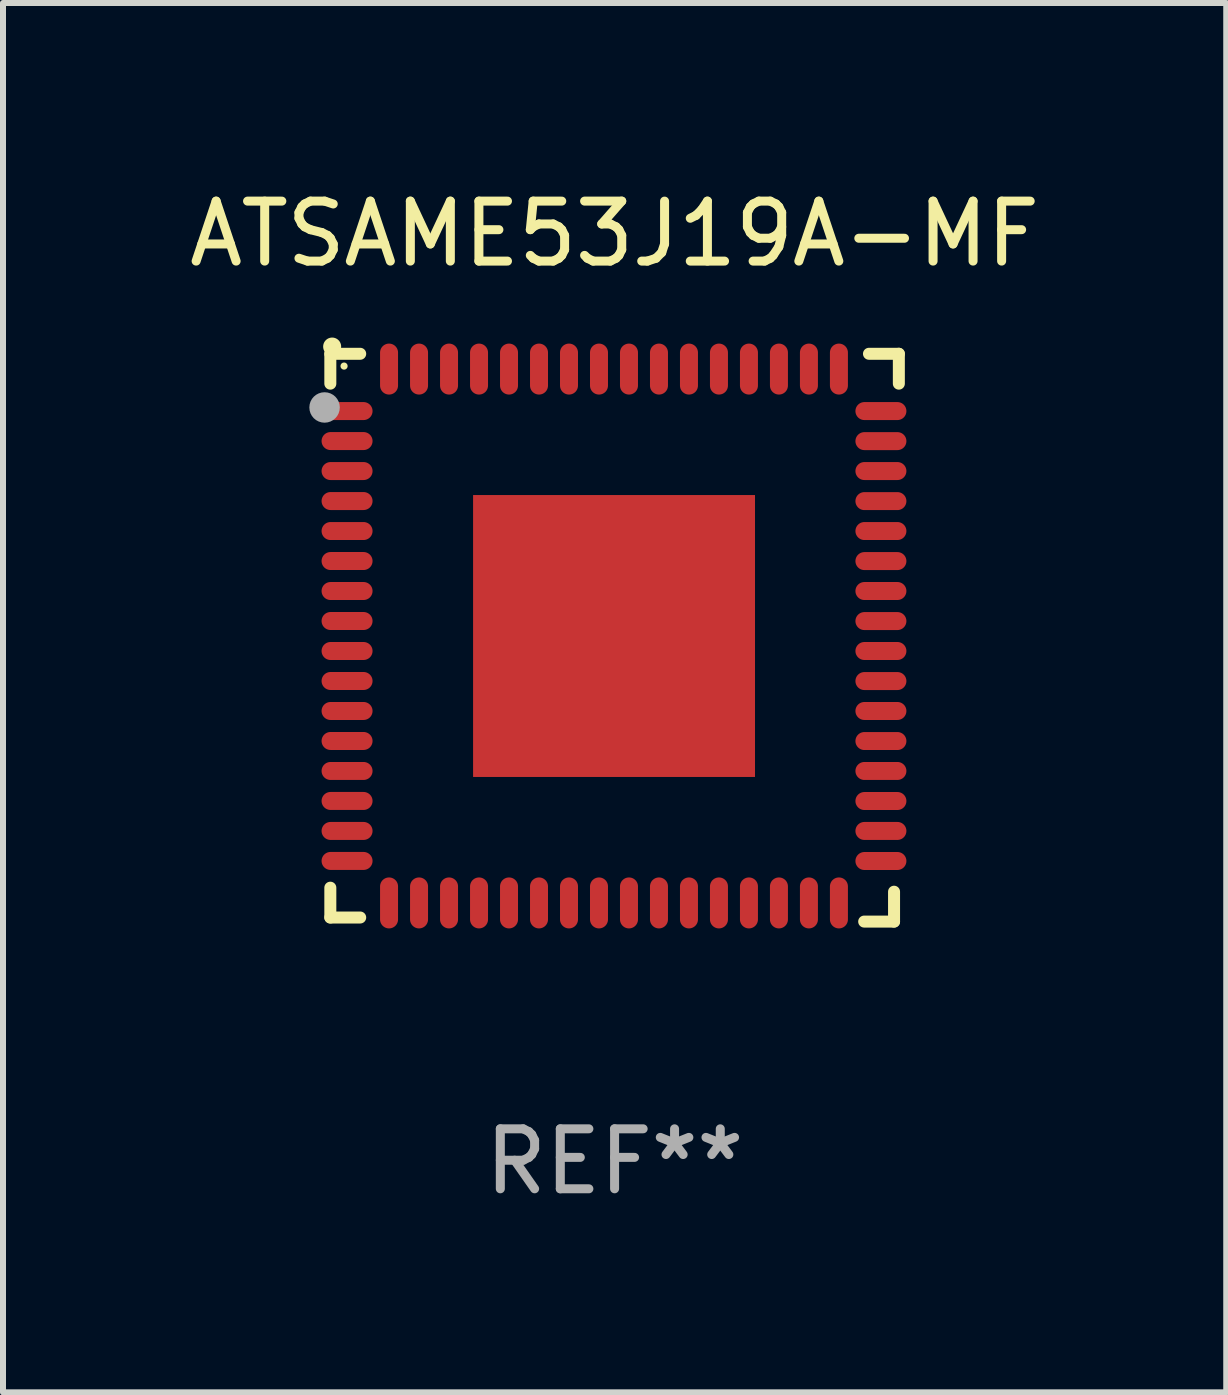
<source format=kicad_pcb>
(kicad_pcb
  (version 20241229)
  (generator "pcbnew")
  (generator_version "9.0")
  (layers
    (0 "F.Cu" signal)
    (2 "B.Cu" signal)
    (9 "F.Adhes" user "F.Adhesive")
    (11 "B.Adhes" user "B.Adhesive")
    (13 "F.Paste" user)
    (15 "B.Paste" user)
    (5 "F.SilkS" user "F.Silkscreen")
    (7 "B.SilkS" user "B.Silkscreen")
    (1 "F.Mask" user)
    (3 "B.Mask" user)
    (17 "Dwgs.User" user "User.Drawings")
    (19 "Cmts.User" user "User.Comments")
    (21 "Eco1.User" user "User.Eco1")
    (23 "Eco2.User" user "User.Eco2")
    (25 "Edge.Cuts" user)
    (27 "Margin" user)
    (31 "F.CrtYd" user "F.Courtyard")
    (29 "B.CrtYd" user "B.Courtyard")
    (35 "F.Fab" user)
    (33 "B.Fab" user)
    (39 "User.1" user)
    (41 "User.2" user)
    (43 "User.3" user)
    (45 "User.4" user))
  (footprint "ATSAME53J19A-MF"
    (layer "F.Cu")
    (at 7.196 7.581)
    (property "Reference" "ATSAME53J19A-MF" (at 0 -6.733 0) (layer "F.SilkS") (effects (font (size 1 1) (thickness 0.15))))
    (attr through_hole)
    (fp_line (start -4.739 -4.733) (end -4.241 -4.733) (stroke (width 0.2) (type solid)) (layer "F.SilkS"))
    (fp_line (start -4.739 -4.235) (end -4.739 -4.733) (stroke (width 0.2) (type solid)) (layer "F.SilkS"))
    (fp_line (start -4.739 4.168) (end -4.739 4.665) (stroke (width 0.2) (type solid)) (layer "F.SilkS"))
    (fp_line (start -4.739 4.665) (end -4.241 4.665) (stroke (width 0.2) (type solid)) (layer "F.SilkS"))
    (fp_line (start 4.161 4.733) (end 4.659 4.733) (stroke (width 0.2) (type solid)) (layer "F.SilkS"))
    (fp_line (start 4.241 -4.733) (end 4.739 -4.733) (stroke (width 0.2) (type solid)) (layer "F.SilkS"))
    (fp_line (start 4.659 4.733) (end 4.659 4.235) (stroke (width 0.2) (type solid)) (layer "F.SilkS"))
    (fp_line (start 4.739 -4.733) (end 4.739 -4.235) (stroke (width 0.2) (type solid)) (layer "F.SilkS"))
    (fp_arc (start -4.708623 -4.85108) (mid -4.708628 -4.85235) (end -4.708623 -4.85362) (stroke (width 0.3) (type solid)) (layer "F.SilkS"))
    (fp_circle (center -4.51 -4.528) (end -4.48 -4.528) (stroke (width 0.06) (type solid)) (fill no) (layer "F.SilkS"))
    (fp_circle (center -4.835 -3.838) (end -4.708 -3.838) (stroke (width 0.254) (type solid)) (fill no) (layer "F.Fab"))
    (fp_text user "REF**" (at 0 8.733 0) (layer "F.Fab") (effects (font (size 1 1) (thickness 0.15))))
    (pad "1" smd oval (at -4.46 -3.778) (size 0.85 0.3) (layers "F.Cu" "F.Mask" "F.Paste"))
    (pad "2" smd oval (at -4.46 -3.278) (size 0.85 0.3) (layers "F.Cu" "F.Mask" "F.Paste"))
    (pad "3" smd oval (at -4.46 -2.778) (size 0.85 0.3) (layers "F.Cu" "F.Mask" "F.Paste"))
    (pad "4" smd oval (at -4.46 -2.278) (size 0.85 0.3) (layers "F.Cu" "F.Mask" "F.Paste"))
    (pad "5" smd oval (at -4.46 -1.778) (size 0.85 0.3) (layers "F.Cu" "F.Mask" "F.Paste"))
    (pad "6" smd oval (at -4.46 -1.278) (size 0.85 0.3) (layers "F.Cu" "F.Mask" "F.Paste"))
    (pad "7" smd oval (at -4.46 -0.778) (size 0.85 0.3) (layers "F.Cu" "F.Mask" "F.Paste"))
    (pad "8" smd oval (at -4.46 -0.278) (size 0.85 0.3) (layers "F.Cu" "F.Mask" "F.Paste"))
    (pad "9" smd oval (at -4.46 0.222) (size 0.85 0.3) (layers "F.Cu" "F.Mask" "F.Paste"))
    (pad "10" smd oval (at -4.46 0.722) (size 0.85 0.3) (layers "F.Cu" "F.Mask" "F.Paste"))
    (pad "11" smd oval (at -4.46 1.222) (size 0.85 0.3) (layers "F.Cu" "F.Mask" "F.Paste"))
    (pad "12" smd oval (at -4.46 1.722) (size 0.85 0.3) (layers "F.Cu" "F.Mask" "F.Paste"))
    (pad "13" smd oval (at -4.46 2.222) (size 0.85 0.3) (layers "F.Cu" "F.Mask" "F.Paste"))
    (pad "14" smd oval (at -4.46 2.722) (size 0.85 0.3) (layers "F.Cu" "F.Mask" "F.Paste"))
    (pad "15" smd oval (at -4.46 3.222) (size 0.85 0.3) (layers "F.Cu" "F.Mask" "F.Paste"))
    (pad "16" smd oval (at -4.46 3.722) (size 0.85 0.3) (layers "F.Cu" "F.Mask" "F.Paste"))
    (pad "17" smd oval (at -3.76 4.422) (size 0.3 0.85) (layers "F.Cu" "F.Mask" "F.Paste"))
    (pad "18" smd oval (at -3.26 4.422) (size 0.3 0.85) (layers "F.Cu" "F.Mask" "F.Paste"))
    (pad "19" smd oval (at -2.76 4.422) (size 0.3 0.85) (layers "F.Cu" "F.Mask" "F.Paste"))
    (pad "20" smd oval (at -2.26 4.422) (size 0.3 0.85) (layers "F.Cu" "F.Mask" "F.Paste"))
    (pad "21" smd oval (at -1.76 4.422) (size 0.3 0.85) (layers "F.Cu" "F.Mask" "F.Paste"))
    (pad "22" smd oval (at -1.26 4.422) (size 0.3 0.85) (layers "F.Cu" "F.Mask" "F.Paste"))
    (pad "23" smd oval (at -0.76 4.422) (size 0.3 0.85) (layers "F.Cu" "F.Mask" "F.Paste"))
    (pad "24" smd oval (at -0.26 4.422) (size 0.3 0.85) (layers "F.Cu" "F.Mask" "F.Paste"))
    (pad "25" smd oval (at 0.24 4.422) (size 0.3 0.85) (layers "F.Cu" "F.Mask" "F.Paste"))
    (pad "26" smd oval (at 0.74 4.422) (size 0.3 0.85) (layers "F.Cu" "F.Mask" "F.Paste"))
    (pad "27" smd oval (at 1.24 4.422) (size 0.3 0.85) (layers "F.Cu" "F.Mask" "F.Paste"))
    (pad "28" smd oval (at 1.74 4.422) (size 0.3 0.85) (layers "F.Cu" "F.Mask" "F.Paste"))
    (pad "29" smd oval (at 2.24 4.422) (size 0.3 0.85) (layers "F.Cu" "F.Mask" "F.Paste"))
    (pad "30" smd oval (at 2.74 4.422) (size 0.3 0.85) (layers "F.Cu" "F.Mask" "F.Paste"))
    (pad "31" smd oval (at 3.24 4.422) (size 0.3 0.85) (layers "F.Cu" "F.Mask" "F.Paste"))
    (pad "32" smd oval (at 3.74 4.422) (size 0.3 0.85) (layers "F.Cu" "F.Mask" "F.Paste"))
    (pad "33" smd oval (at 4.44 3.723) (size 0.85 0.3) (layers "F.Cu" "F.Mask" "F.Paste"))
    (pad "34" smd oval (at 4.44 3.222) (size 0.85 0.3) (layers "F.Cu" "F.Mask" "F.Paste"))
    (pad "35" smd oval (at 4.44 2.723) (size 0.85 0.3) (layers "F.Cu" "F.Mask" "F.Paste"))
    (pad "36" smd oval (at 4.44 2.222) (size 0.85 0.3) (layers "F.Cu" "F.Mask" "F.Paste"))
    (pad "37" smd oval (at 4.44 1.723) (size 0.85 0.3) (layers "F.Cu" "F.Mask" "F.Paste"))
    (pad "38" smd oval (at 4.44 1.222) (size 0.85 0.3) (layers "F.Cu" "F.Mask" "F.Paste"))
    (pad "39" smd oval (at 4.44 0.723) (size 0.85 0.3) (layers "F.Cu" "F.Mask" "F.Paste"))
    (pad "40" smd oval (at 4.44 0.222) (size 0.85 0.3) (layers "F.Cu" "F.Mask" "F.Paste"))
    (pad "41" smd oval (at 4.44 -0.277) (size 0.85 0.3) (layers "F.Cu" "F.Mask" "F.Paste"))
    (pad "42" smd oval (at 4.44 -0.778) (size 0.85 0.3) (layers "F.Cu" "F.Mask" "F.Paste"))
    (pad "43" smd oval (at 4.44 -1.277) (size 0.85 0.3) (layers "F.Cu" "F.Mask" "F.Paste"))
    (pad "44" smd oval (at 4.44 -1.778) (size 0.85 0.3) (layers "F.Cu" "F.Mask" "F.Paste"))
    (pad "45" smd oval (at 4.44 -2.277) (size 0.85 0.3) (layers "F.Cu" "F.Mask" "F.Paste"))
    (pad "46" smd oval (at 4.44 -2.778) (size 0.85 0.3) (layers "F.Cu" "F.Mask" "F.Paste"))
    (pad "47" smd oval (at 4.44 -3.277) (size 0.85 0.3) (layers "F.Cu" "F.Mask" "F.Paste"))
    (pad "48" smd oval (at 4.44 -3.778) (size 0.85 0.3) (layers "F.Cu" "F.Mask" "F.Paste"))
    (pad "49" smd oval (at 3.74 -4.478) (size 0.3 0.85) (layers "F.Cu" "F.Mask" "F.Paste"))
    (pad "50" smd oval (at 3.24 -4.478) (size 0.3 0.85) (layers "F.Cu" "F.Mask" "F.Paste"))
    (pad "51" smd oval (at 2.74 -4.478) (size 0.3 0.85) (layers "F.Cu" "F.Mask" "F.Paste"))
    (pad "52" smd oval (at 2.24 -4.478) (size 0.3 0.85) (layers "F.Cu" "F.Mask" "F.Paste"))
    (pad "53" smd oval (at 1.74 -4.478) (size 0.3 0.85) (layers "F.Cu" "F.Mask" "F.Paste"))
    (pad "54" smd oval (at 1.24 -4.478) (size 0.3 0.85) (layers "F.Cu" "F.Mask" "F.Paste"))
    (pad "55" smd oval (at 0.74 -4.478) (size 0.3 0.85) (layers "F.Cu" "F.Mask" "F.Paste"))
    (pad "56" smd oval (at 0.24 -4.478) (size 0.3 0.85) (layers "F.Cu" "F.Mask" "F.Paste"))
    (pad "57" smd oval (at -0.26 -4.478) (size 0.3 0.85) (layers "F.Cu" "F.Mask" "F.Paste"))
    (pad "58" smd oval (at -0.76 -4.478) (size 0.3 0.85) (layers "F.Cu" "F.Mask" "F.Paste"))
    (pad "59" smd oval (at -1.26 -4.478) (size 0.3 0.85) (layers "F.Cu" "F.Mask" "F.Paste"))
    (pad "60" smd oval (at -1.76 -4.478) (size 0.3 0.85) (layers "F.Cu" "F.Mask" "F.Paste"))
    (pad "61" smd oval (at -2.26 -4.478) (size 0.3 0.85) (layers "F.Cu" "F.Mask" "F.Paste"))
    (pad "62" smd oval (at -2.76 -4.478) (size 0.3 0.85) (layers "F.Cu" "F.Mask" "F.Paste"))
    (pad "63" smd oval (at -3.26 -4.478) (size 0.3 0.85) (layers "F.Cu" "F.Mask" "F.Paste"))
    (pad "64" smd oval (at -3.76 -4.478) (size 0.3 0.85) (layers "F.Cu" "F.Mask" "F.Paste"))
    (pad "65" smd rect (at -0.009 -0.028 90) (size 4.7 4.7) (layers "F.Cu" "F.Mask" "F.Paste")))
  (gr_rect
    (start -3 -3)
    (end 17.393 20.162)
    (stroke (width 0.1) (type default))
    (fill no)
    (layer "Edge.Cuts")))
</source>
